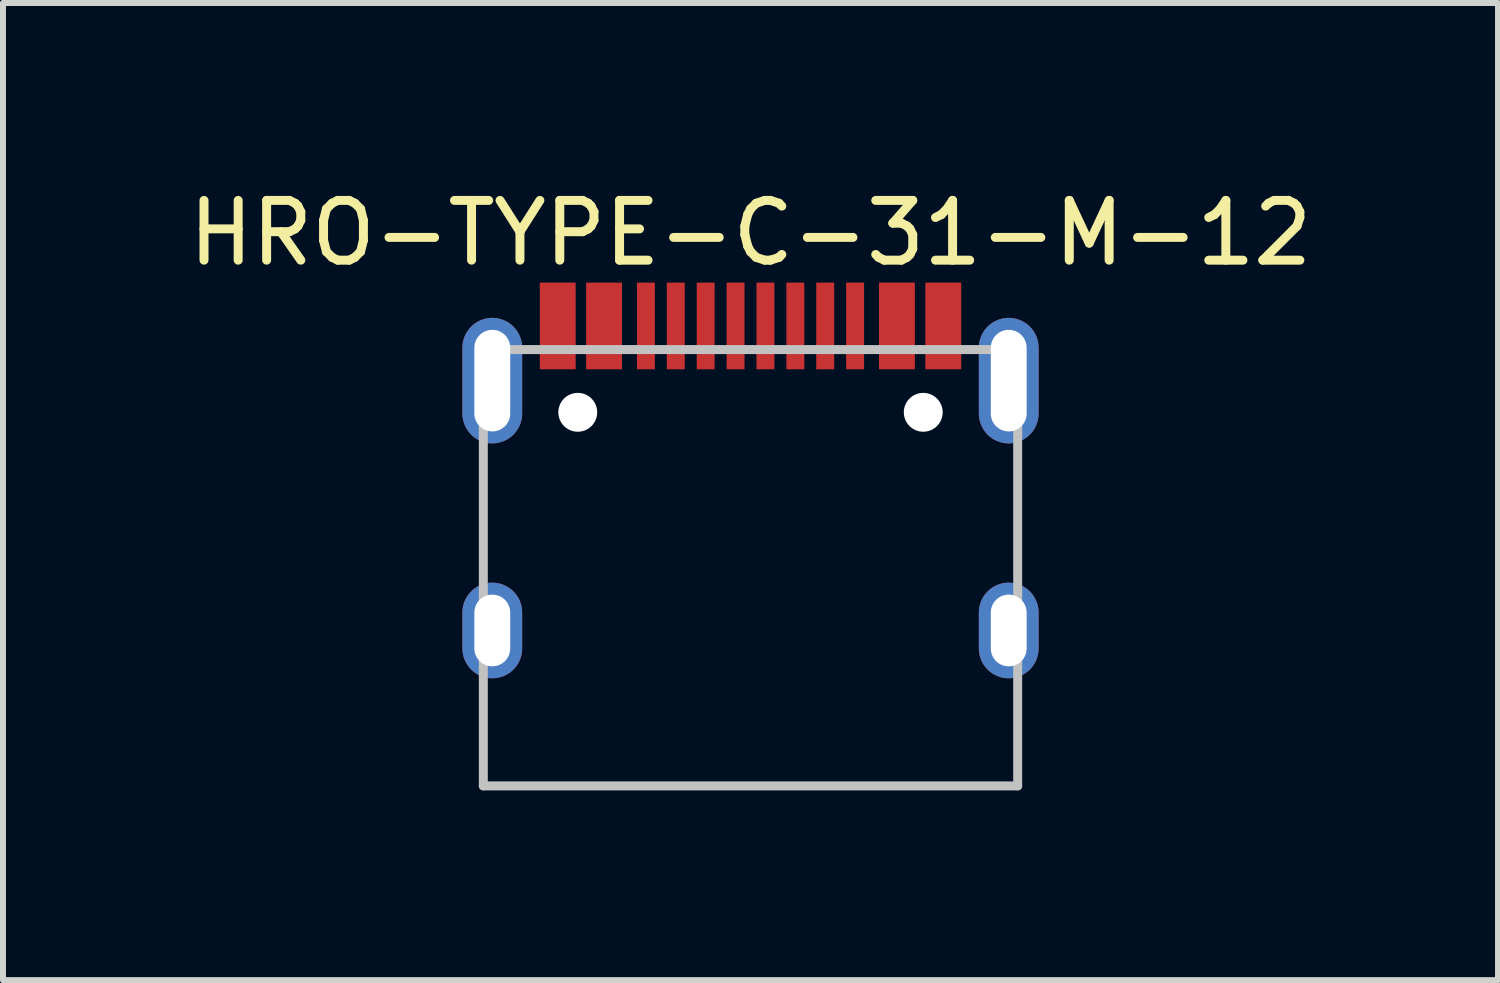
<source format=kicad_pcb>
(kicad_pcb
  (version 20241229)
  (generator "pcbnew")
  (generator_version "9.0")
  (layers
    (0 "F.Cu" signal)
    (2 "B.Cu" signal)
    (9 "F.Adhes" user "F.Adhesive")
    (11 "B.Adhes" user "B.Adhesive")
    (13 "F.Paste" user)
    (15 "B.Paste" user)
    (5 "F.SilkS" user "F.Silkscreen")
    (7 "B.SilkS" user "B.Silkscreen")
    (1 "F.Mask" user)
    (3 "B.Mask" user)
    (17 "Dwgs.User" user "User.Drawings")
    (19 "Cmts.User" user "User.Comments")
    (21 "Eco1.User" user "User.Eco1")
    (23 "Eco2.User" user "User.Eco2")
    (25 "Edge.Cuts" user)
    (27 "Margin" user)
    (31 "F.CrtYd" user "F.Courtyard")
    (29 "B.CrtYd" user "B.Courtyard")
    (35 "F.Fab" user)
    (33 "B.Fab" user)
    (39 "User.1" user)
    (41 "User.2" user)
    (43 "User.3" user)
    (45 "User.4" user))
  (footprint "HRO-TYPE-C-31-M-12"
    (layer "F.Cu")
    (at 9.506 10.098)
    (property "Reference" "HRO-TYPE-C-31-M-12" (at 0 -9.25 0) (layer "F.SilkS") (effects (font (size 1 1) (thickness 0.15))))
    (attr smd)
    (fp_line (start -4.47 -7.3) (end 4.47 -7.3) (stroke (width 0.15) (type solid)) (layer "Dwgs.User"))
    (fp_line (start -4.47 0) (end -4.47 -7.3) (stroke (width 0.15) (type solid)) (layer "Dwgs.User"))
    (fp_line (start -4.47 0) (end 4.47 0) (stroke (width 0.15) (type solid)) (layer "Dwgs.User"))
    (fp_line (start 4.47 0) (end 4.47 -7.3) (stroke (width 0.15) (type solid)) (layer "Dwgs.User"))
    (pad "" np_thru_hole circle (at -2.89 -6.25) (size 0.65 0.65) (drill 0.65) (layers "*.Cu" "*.Mask"))
    (pad "" np_thru_hole circle (at 2.89 -6.25) (size 0.65 0.65) (drill 0.65) (layers "*.Cu" "*.Mask"))
    (pad "1" smd rect (at -3.225 -7.695) (size 0.6 1.45) (layers "F.Cu" "F.Mask" "F.Paste"))
    (pad "2" smd rect (at -2.45 -7.695) (size 0.6 1.45) (layers "F.Cu" "F.Mask" "F.Paste"))
    (pad "3" smd rect (at -1.75 -7.695) (size 0.3 1.45) (layers "F.Cu" "F.Mask" "F.Paste"))
    (pad "4" smd rect (at -1.25 -7.695) (size 0.3 1.45) (layers "F.Cu" "F.Mask" "F.Paste"))
    (pad "5" smd rect (at -0.75 -7.695) (size 0.3 1.45) (layers "F.Cu" "F.Mask" "F.Paste"))
    (pad "6" smd rect (at -0.25 -7.695) (size 0.3 1.45) (layers "F.Cu" "F.Mask" "F.Paste"))
    (pad "7" smd rect (at 0.25 -7.695) (size 0.3 1.45) (layers "F.Cu" "F.Mask" "F.Paste"))
    (pad "8" smd rect (at 0.75 -7.695) (size 0.3 1.45) (layers "F.Cu" "F.Mask" "F.Paste"))
    (pad "9" smd rect (at 1.25 -7.695) (size 0.3 1.45) (layers "F.Cu" "F.Mask" "F.Paste"))
    (pad "10" smd rect (at 1.75 -7.695) (size 0.3 1.45) (layers "F.Cu" "F.Mask" "F.Paste"))
    (pad "11" smd rect (at 2.45 -7.695) (size 0.6 1.45) (layers "F.Cu" "F.Mask" "F.Paste"))
    (pad "12" smd rect (at 3.225 -7.695) (size 0.6 1.45) (layers "F.Cu" "F.Mask" "F.Paste"))
    (pad "13" thru_hole oval (at -4.32 -6.78) (size 1 2.1) (drill oval 0.6 1.7) (layers "*.Cu" "B.Mask"))
    (pad "13" thru_hole oval (at -4.32 -2.6) (size 1 1.6) (drill oval 0.6 1.2) (layers "*.Cu" "B.Mask"))
    (pad "13" thru_hole oval (at 4.32 -6.78) (size 1 2.1) (drill oval 0.6 1.7) (layers "*.Cu" "B.Mask"))
    (pad "13" thru_hole oval (at 4.32 -2.6) (size 1 1.6) (drill oval 0.6 1.2) (layers "*.Cu" "B.Mask")))
  (gr_rect
    (start -3 -3)
    (end 22.012 13.348)
    (stroke (width 0.1) (type default))
    (fill no)
    (layer "Edge.Cuts")))
</source>
